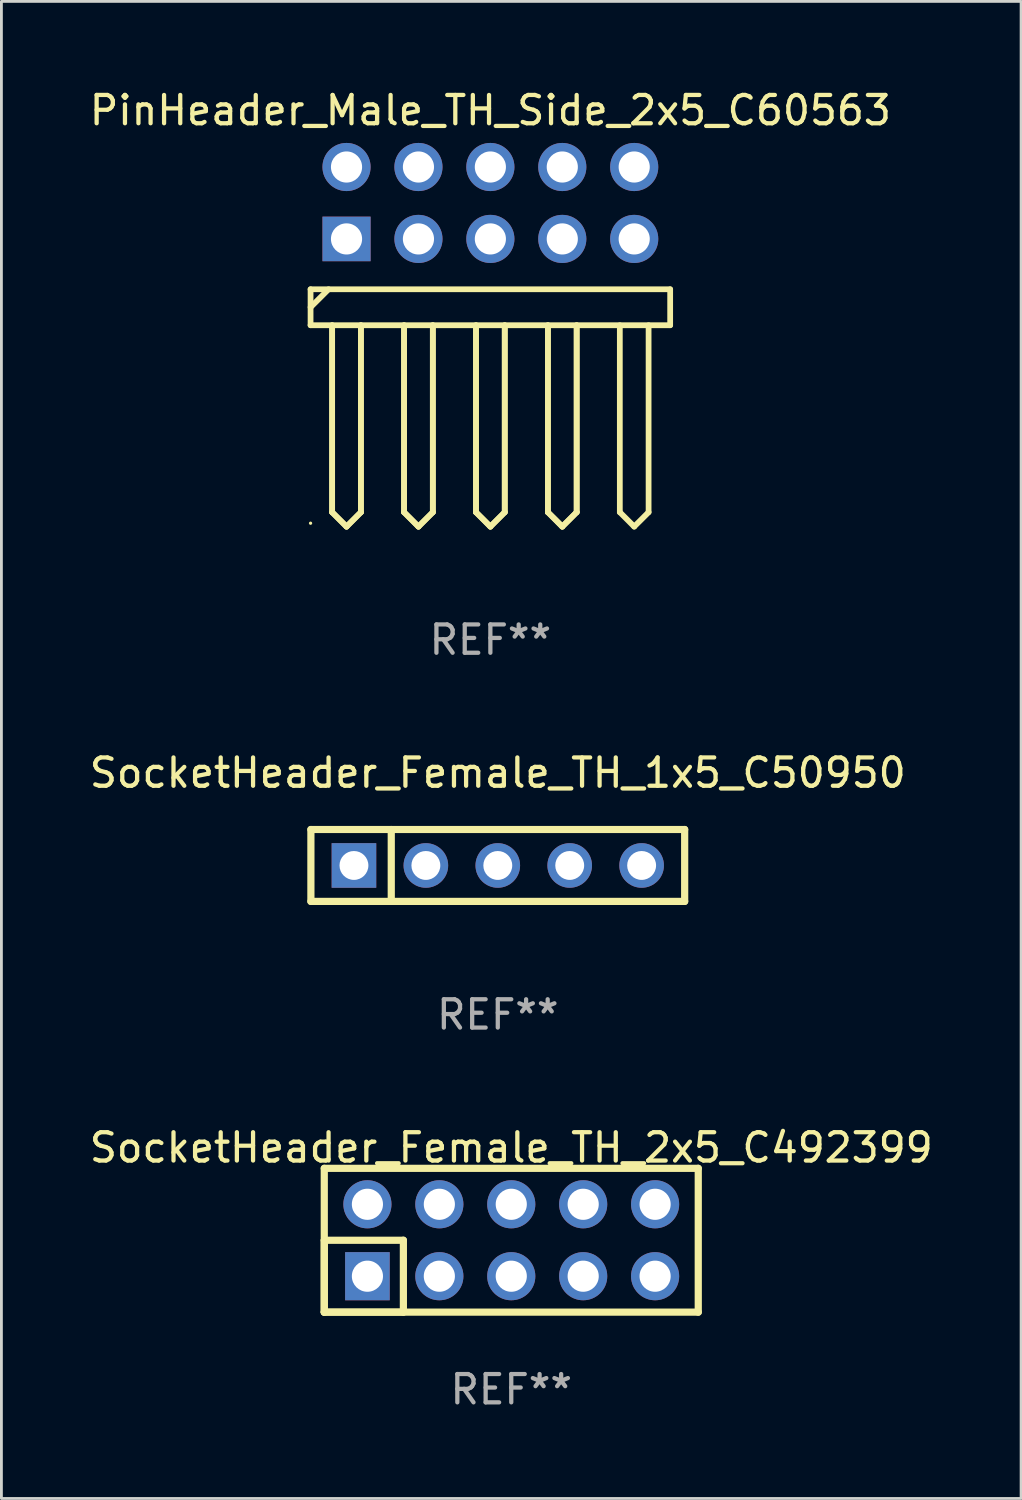
<source format=kicad_pcb>
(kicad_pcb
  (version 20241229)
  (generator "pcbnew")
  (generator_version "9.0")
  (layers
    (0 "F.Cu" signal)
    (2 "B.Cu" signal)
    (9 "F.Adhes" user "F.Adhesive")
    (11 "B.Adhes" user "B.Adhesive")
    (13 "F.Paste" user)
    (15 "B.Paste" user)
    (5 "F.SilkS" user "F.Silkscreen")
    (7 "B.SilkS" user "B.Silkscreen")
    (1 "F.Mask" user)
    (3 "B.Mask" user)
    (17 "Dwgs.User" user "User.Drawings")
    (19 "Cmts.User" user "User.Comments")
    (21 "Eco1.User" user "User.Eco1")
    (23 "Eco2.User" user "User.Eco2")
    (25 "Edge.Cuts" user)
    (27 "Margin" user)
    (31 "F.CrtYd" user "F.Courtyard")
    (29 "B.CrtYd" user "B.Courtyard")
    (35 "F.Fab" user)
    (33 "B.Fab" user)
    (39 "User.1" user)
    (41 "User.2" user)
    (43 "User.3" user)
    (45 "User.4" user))
  (footprint "SocketHeader_Female_TH_2x5_C492399"
    (layer "F.Cu")
    (at 15.006 40.751)
    (property "Reference" "SocketHeader_Female_TH_2x5_C492399" (at 0 -3.27 0) (layer "F.SilkS") (effects (font (size 1 1) (thickness 0.15))))
    (attr through_hole)
    (fp_line (start -6.604 -2.54) (end -6.604 2.54) (stroke (width 0.254) (type solid)) (layer "F.SilkS"))
    (fp_line (start -6.604 0) (end -6.604 2.54) (stroke (width 0.254) (type solid)) (layer "F.SilkS"))
    (fp_line (start -6.604 2.54) (end -3.81 2.54) (stroke (width 0.254) (type solid)) (layer "F.SilkS"))
    (fp_line (start -6.604 2.54) (end 6.604 2.54) (stroke (width 0.254) (type solid)) (layer "F.SilkS"))
    (fp_line (start -3.81 0) (end -6.604 0) (stroke (width 0.254) (type solid)) (layer "F.SilkS"))
    (fp_line (start -3.81 2.54) (end -3.81 0) (stroke (width 0.254) (type solid)) (layer "F.SilkS"))
    (fp_line (start 6.604 -2.54) (end -6.604 -2.54) (stroke (width 0.254) (type solid)) (layer "F.SilkS"))
    (fp_line (start 6.604 2.54) (end 6.604 -2.54) (stroke (width 0.254) (type solid)) (layer "F.SilkS"))
    (fp_circle (center -6.55 2.5) (end -6.52 2.5) (stroke (width 0.06) (type solid)) (fill no) (layer "F.SilkS"))
    (fp_text user "REF**" (at 0 5.27 0) (layer "F.Fab") (effects (font (size 1 1) (thickness 0.15))))
    (pad "1" thru_hole rect (at -5.08 1.27) (size 1.575 1.7) (drill 1.1) (layers "*.Cu" "*.Mask"))
    (pad "2" thru_hole circle (at -5.08 -1.27) (size 1.7 1.7) (drill 1.1) (layers "*.Cu" "*.Mask"))
    (pad "3" thru_hole circle (at -2.54 1.27) (size 1.7 1.7) (drill 1.1) (layers "*.Cu" "*.Mask"))
    (pad "4" thru_hole circle (at -2.54 -1.27) (size 1.7 1.7) (drill 1.1) (layers "*.Cu" "*.Mask"))
    (pad "5" thru_hole circle (at 0 1.27) (size 1.7 1.7) (drill 1.1) (layers "*.Cu" "*.Mask"))
    (pad "6" thru_hole circle (at 0 -1.27) (size 1.7 1.7) (drill 1.1) (layers "*.Cu" "*.Mask"))
    (pad "7" thru_hole circle (at 2.54 1.27) (size 1.7 1.7) (drill 1.1) (layers "*.Cu" "*.Mask"))
    (pad "8" thru_hole circle (at 2.54 -1.27) (size 1.7 1.7) (drill 1.1) (layers "*.Cu" "*.Mask"))
    (pad "9" thru_hole circle (at 5.08 1.27) (size 1.7 1.7) (drill 1.1) (layers "*.Cu" "*.Mask"))
    (pad "10" thru_hole circle (at 5.08 -1.27) (size 1.7 1.7) (drill 1.1) (layers "*.Cu" "*.Mask")))
  (footprint "PinHeader_Male_TH_Side_2x5_C60563"
    (layer "F.Cu")
    (at 14.268 4.118)
    (property "Reference" "PinHeader_Male_TH_Side_2x5_C60563" (at 0 -3.27 0) (layer "F.SilkS") (effects (font (size 1 1) (thickness 0.15))))
    (attr through_hole)
    (fp_line (start -6.35 3.048) (end 6.35 3.048) (stroke (width 0.203) (type solid)) (layer "F.SilkS"))
    (fp_line (start -6.35 3.683) (end -5.715 3.048) (stroke (width 0.203) (type solid)) (layer "F.SilkS"))
    (fp_line (start -6.35 4.318) (end -6.35 3.048) (stroke (width 0.203) (type solid)) (layer "F.SilkS"))
    (fp_line (start -5.588 10.922) (end -5.588 4.318) (stroke (width 0.203) (type solid)) (layer "F.SilkS"))
    (fp_line (start -5.588 10.922) (end -5.588 4.318) (stroke (width 0.203) (type solid)) (layer "F.SilkS"))
    (fp_line (start -5.08 11.43) (end -5.588 10.922) (stroke (width 0.203) (type solid)) (layer "F.SilkS"))
    (fp_line (start -5.08 11.43) (end -5.588 10.922) (stroke (width 0.203) (type solid)) (layer "F.SilkS"))
    (fp_line (start -4.572 4.318) (end -4.572 10.922) (stroke (width 0.203) (type solid)) (layer "F.SilkS"))
    (fp_line (start -4.572 4.318) (end -4.572 10.922) (stroke (width 0.203) (type solid)) (layer "F.SilkS"))
    (fp_line (start -4.572 10.922) (end -5.08 11.43) (stroke (width 0.203) (type solid)) (layer "F.SilkS"))
    (fp_line (start -4.572 10.922) (end -5.08 11.43) (stroke (width 0.203) (type solid)) (layer "F.SilkS"))
    (fp_line (start -3.048 10.922) (end -3.048 4.318) (stroke (width 0.203) (type solid)) (layer "F.SilkS"))
    (fp_line (start -3.048 10.922) (end -3.048 4.318) (stroke (width 0.203) (type solid)) (layer "F.SilkS"))
    (fp_line (start -2.54 11.43) (end -3.048 10.922) (stroke (width 0.203) (type solid)) (layer "F.SilkS"))
    (fp_line (start -2.54 11.43) (end -3.048 10.922) (stroke (width 0.203) (type solid)) (layer "F.SilkS"))
    (fp_line (start -2.032 4.318) (end -2.032 10.922) (stroke (width 0.203) (type solid)) (layer "F.SilkS"))
    (fp_line (start -2.032 4.318) (end -2.032 10.922) (stroke (width 0.203) (type solid)) (layer "F.SilkS"))
    (fp_line (start -2.032 10.922) (end -2.54 11.43) (stroke (width 0.203) (type solid)) (layer "F.SilkS"))
    (fp_line (start -2.032 10.922) (end -2.54 11.43) (stroke (width 0.203) (type solid)) (layer "F.SilkS"))
    (fp_line (start -0.508 10.922) (end -0.508 4.318) (stroke (width 0.203) (type solid)) (layer "F.SilkS"))
    (fp_line (start -0.508 10.922) (end -0.508 4.318) (stroke (width 0.203) (type solid)) (layer "F.SilkS"))
    (fp_line (start 0 11.43) (end -0.508 10.922) (stroke (width 0.203) (type solid)) (layer "F.SilkS"))
    (fp_line (start 0.000025 11.43) (end -0.508 10.922) (stroke (width 0.203) (type solid)) (layer "F.SilkS"))
    (fp_line (start 0.508 4.318) (end 0.508 10.922) (stroke (width 0.203) (type solid)) (layer "F.SilkS"))
    (fp_line (start 0.508 10.922) (end 0 11.43) (stroke (width 0.203) (type solid)) (layer "F.SilkS"))
    (fp_line (start 0.508 4.318) (end 0.508 10.922) (stroke (width 0.203) (type solid)) (layer "F.SilkS"))
    (fp_line (start 0.508 10.922) (end 0.000025 11.43) (stroke (width 0.203) (type solid)) (layer "F.SilkS"))
    (fp_line (start 2.032 10.922) (end 2.032 4.318) (stroke (width 0.203) (type solid)) (layer "F.SilkS"))
    (fp_line (start 2.032 10.922) (end 2.032 4.318) (stroke (width 0.203) (type solid)) (layer "F.SilkS"))
    (fp_line (start 2.54 11.43) (end 2.032 10.922) (stroke (width 0.203) (type solid)) (layer "F.SilkS"))
    (fp_line (start 2.54 11.43) (end 2.032 10.922) (stroke (width 0.203) (type solid)) (layer "F.SilkS"))
    (fp_line (start 3.048 4.318) (end 3.048 10.922) (stroke (width 0.203) (type solid)) (layer "F.SilkS"))
    (fp_line (start 3.048 4.318) (end 3.048 10.922) (stroke (width 0.203) (type solid)) (layer "F.SilkS"))
    (fp_line (start 3.048 10.922) (end 2.54 11.43) (stroke (width 0.203) (type solid)) (layer "F.SilkS"))
    (fp_line (start 3.048 10.922) (end 2.54 11.43) (stroke (width 0.203) (type solid)) (layer "F.SilkS"))
    (fp_line (start 4.572 10.922) (end 4.572 4.318) (stroke (width 0.203) (type solid)) (layer "F.SilkS"))
    (fp_line (start 5.08 11.43) (end 4.572 10.922) (stroke (width 0.203) (type solid)) (layer "F.SilkS"))
    (fp_line (start 5.588 4.318) (end 5.588 10.922) (stroke (width 0.203) (type solid)) (layer "F.SilkS"))
    (fp_line (start 5.588 10.922) (end 5.08 11.43) (stroke (width 0.203) (type solid)) (layer "F.SilkS"))
    (fp_line (start 6.35 3.048) (end 6.35 4.318) (stroke (width 0.203) (type solid)) (layer "F.SilkS"))
    (fp_line (start 6.35 4.318) (end -6.35 4.318) (stroke (width 0.203) (type solid)) (layer "F.SilkS"))
    (fp_circle (center -6.35 11.31) (end -6.32 11.31) (stroke (width 0.06) (type solid)) (fill no) (layer "F.SilkS"))
    (fp_text user "REF**" (at 0 15.43 0) (layer "F.Fab") (effects (font (size 1 1) (thickness 0.15))))
    (pad "1" thru_hole rect (at -5.08 1.27) (size 1.7 1.575) (drill 1.1) (layers "*.Cu" "*.Mask"))
    (pad "2" thru_hole circle (at -5.08 -1.27) (size 1.7 1.7) (drill 1.1) (layers "*.Cu" "*.Mask"))
    (pad "3" thru_hole circle (at -2.54 1.27) (size 1.7 1.7) (drill 1.1) (layers "*.Cu" "*.Mask"))
    (pad "4" thru_hole circle (at -2.54 -1.27) (size 1.7 1.7) (drill 1.1) (layers "*.Cu" "*.Mask"))
    (pad "5" thru_hole circle (at 0 1.27) (size 1.7 1.7) (drill 1.1) (layers "*.Cu" "*.Mask"))
    (pad "6" thru_hole circle (at 0 -1.27) (size 1.7 1.7) (drill 1.1) (layers "*.Cu" "*.Mask"))
    (pad "7" thru_hole circle (at 2.54 1.27) (size 1.7 1.7) (drill 1.1) (layers "*.Cu" "*.Mask"))
    (pad "8" thru_hole circle (at 2.54 -1.27) (size 1.7 1.7) (drill 1.1) (layers "*.Cu" "*.Mask"))
    (pad "9" thru_hole circle (at 5.08 1.27) (size 1.7 1.7) (drill 1.1) (layers "*.Cu" "*.Mask"))
    (pad "10" thru_hole circle (at 5.08 -1.27) (size 1.7 1.7) (drill 1.1) (layers "*.Cu" "*.Mask")))
  (footprint "SocketHeader_Female_TH_1x5_C50950"
    (layer "F.Cu")
    (at 14.53 27.515)
    (property "Reference" "SocketHeader_Female_TH_1x5_C50950" (at 0 -3.27 0) (layer "F.SilkS") (effects (font (size 1 1) (thickness 0.15))))
    (attr through_hole)
    (fp_line (start -6.6 -1.27) (end -6.6 1.27) (stroke (width 0.254) (type solid)) (layer "F.SilkS"))
    (fp_line (start -6.6 1.27) (end 6.6 1.27) (stroke (width 0.254) (type solid)) (layer "F.SilkS"))
    (fp_line (start -3.762 -1.27) (end -3.762 1.27) (stroke (width 0.254) (type solid)) (layer "F.SilkS"))
    (fp_line (start 6.6 -1.27) (end -6.6 -1.27) (stroke (width 0.254) (type solid)) (layer "F.SilkS"))
    (fp_line (start 6.6 1.27) (end 6.6 -1.27) (stroke (width 0.254) (type solid)) (layer "F.SilkS"))
    (fp_circle (center -6.6 1.25) (end -6.57 1.25) (stroke (width 0.06) (type solid)) (fill no) (layer "F.SilkS"))
    (fp_text user "REF**" (at 0 5.27 0) (layer "F.Fab") (effects (font (size 1 1) (thickness 0.15))))
    (pad "1" thru_hole rect (at -5.08 0) (size 1.575 1.575) (drill 1.02) (layers "*.Cu" "*.Mask"))
    (pad "2" thru_hole circle (at -2.54 0) (size 1.575 1.575) (drill 1.02) (layers "*.Cu" "*.Mask"))
    (pad "3" thru_hole circle (at 0 0) (size 1.575 1.575) (drill 1.02) (layers "*.Cu" "*.Mask"))
    (pad "4" thru_hole circle (at 2.54 0) (size 1.575 1.575) (drill 1.02) (layers "*.Cu" "*.Mask"))
    (pad "5" thru_hole circle (at 5.08 0) (size 1.575 1.575) (drill 1.02) (layers "*.Cu" "*.Mask")))
  (gr_rect
    (start -3 -3)
    (end 33.012 49.87)
    (stroke (width 0.1) (type default))
    (fill no)
    (layer "Edge.Cuts")))
</source>
